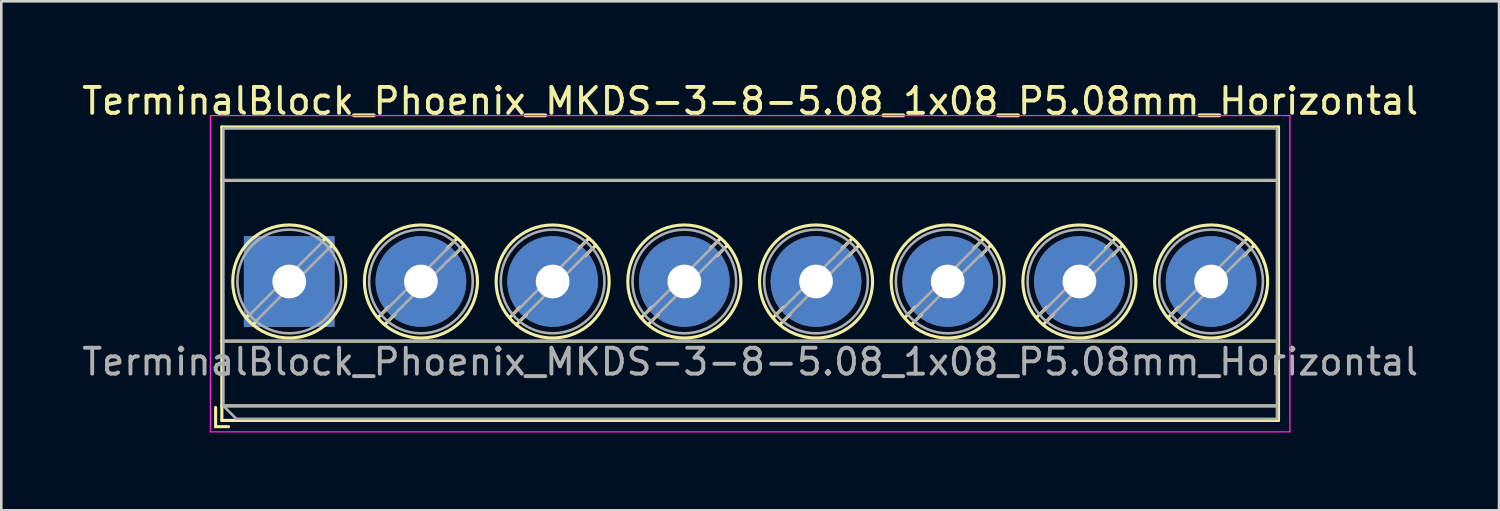
<source format=kicad_pcb>
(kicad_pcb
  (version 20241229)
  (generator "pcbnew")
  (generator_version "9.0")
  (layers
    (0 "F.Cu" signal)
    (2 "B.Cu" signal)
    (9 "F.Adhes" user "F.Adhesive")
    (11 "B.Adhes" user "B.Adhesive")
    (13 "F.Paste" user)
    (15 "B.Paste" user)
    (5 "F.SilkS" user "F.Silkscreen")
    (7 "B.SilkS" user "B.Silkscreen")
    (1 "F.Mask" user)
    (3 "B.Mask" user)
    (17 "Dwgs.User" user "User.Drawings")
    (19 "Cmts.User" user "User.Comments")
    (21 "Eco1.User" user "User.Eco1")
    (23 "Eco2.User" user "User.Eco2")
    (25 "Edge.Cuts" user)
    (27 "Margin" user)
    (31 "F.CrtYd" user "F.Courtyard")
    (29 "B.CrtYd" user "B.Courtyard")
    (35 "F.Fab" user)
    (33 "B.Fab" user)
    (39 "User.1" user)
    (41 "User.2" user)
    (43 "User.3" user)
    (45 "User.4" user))
  (footprint "TerminalBlock_Phoenix_MKDS-3-8-5.08_1x08_P5.08mm_Horizontal"
    (layer "F.Cu")
    (at 8.107 7.808)
    (property "Reference" "TerminalBlock_Phoenix_MKDS-3-8-5.08_1x08_P5.08mm_Horizontal" (at 17.78 -6.96 0) (layer "F.SilkS") (effects (font (size 1 1) (thickness 0.15))))
    (attr through_hole)
    (fp_line (start -2.84 4.86) (end -2.84 5.6) (stroke (width 0.12) (type solid)) (layer "F.SilkS"))
    (fp_line (start -2.84 5.6) (end -2.34 5.6) (stroke (width 0.12) (type solid)) (layer "F.SilkS"))
    (fp_line (start -2.6 -5.96) (end -2.6 5.36) (stroke (width 0.12) (type solid)) (layer "F.SilkS"))
    (fp_line (start -2.6 -5.96) (end 38.16 -5.96) (stroke (width 0.12) (type solid)) (layer "F.SilkS"))
    (fp_line (start -2.6 -3.9) (end 38.16 -3.9) (stroke (width 0.12) (type solid)) (layer "F.SilkS"))
    (fp_line (start -2.6 2.3) (end 38.16 2.3) (stroke (width 0.12) (type solid)) (layer "F.SilkS"))
    (fp_line (start -2.6 4.8) (end 38.16 4.8) (stroke (width 0.12) (type solid)) (layer "F.SilkS"))
    (fp_line (start -2.6 5.36) (end 38.16 5.36) (stroke (width 0.12) (type solid)) (layer "F.SilkS"))
    (fp_line (start -1.548 1.281) (end -1.654 1.388) (stroke (width 0.12) (type solid)) (layer "F.SilkS"))
    (fp_line (start -1.282 1.547) (end -1.388 1.654) (stroke (width 0.12) (type solid)) (layer "F.SilkS"))
    (fp_line (start 1.388 -1.654) (end 1.281 -1.547) (stroke (width 0.12) (type solid)) (layer "F.SilkS"))
    (fp_line (start 1.654 -1.388) (end 1.547 -1.281) (stroke (width 0.12) (type solid)) (layer "F.SilkS"))
    (fp_line (start 3.822 0.992) (end 3.427 1.388) (stroke (width 0.12) (type solid)) (layer "F.SilkS"))
    (fp_line (start 4.073 1.274) (end 3.693 1.654) (stroke (width 0.12) (type solid)) (layer "F.SilkS"))
    (fp_line (start 6.468 -1.654) (end 6.088 -1.274) (stroke (width 0.12) (type solid)) (layer "F.SilkS"))
    (fp_line (start 6.734 -1.388) (end 6.339 -0.992) (stroke (width 0.12) (type solid)) (layer "F.SilkS"))
    (fp_line (start 8.902 0.992) (end 8.507 1.388) (stroke (width 0.12) (type solid)) (layer "F.SilkS"))
    (fp_line (start 9.153 1.274) (end 8.773 1.654) (stroke (width 0.12) (type solid)) (layer "F.SilkS"))
    (fp_line (start 11.548 -1.654) (end 11.168 -1.274) (stroke (width 0.12) (type solid)) (layer "F.SilkS"))
    (fp_line (start 11.814 -1.388) (end 11.419 -0.992) (stroke (width 0.12) (type solid)) (layer "F.SilkS"))
    (fp_line (start 13.982 0.992) (end 13.587 1.388) (stroke (width 0.12) (type solid)) (layer "F.SilkS"))
    (fp_line (start 14.233 1.274) (end 13.853 1.654) (stroke (width 0.12) (type solid)) (layer "F.SilkS"))
    (fp_line (start 16.628 -1.654) (end 16.248 -1.274) (stroke (width 0.12) (type solid)) (layer "F.SilkS"))
    (fp_line (start 16.894 -1.388) (end 16.499 -0.992) (stroke (width 0.12) (type solid)) (layer "F.SilkS"))
    (fp_line (start 19.062 0.992) (end 18.667 1.388) (stroke (width 0.12) (type solid)) (layer "F.SilkS"))
    (fp_line (start 19.313 1.274) (end 18.933 1.654) (stroke (width 0.12) (type solid)) (layer "F.SilkS"))
    (fp_line (start 21.708 -1.654) (end 21.328 -1.274) (stroke (width 0.12) (type solid)) (layer "F.SilkS"))
    (fp_line (start 21.974 -1.388) (end 21.579 -0.992) (stroke (width 0.12) (type solid)) (layer "F.SilkS"))
    (fp_line (start 24.142 0.992) (end 23.747 1.388) (stroke (width 0.12) (type solid)) (layer "F.SilkS"))
    (fp_line (start 24.393 1.274) (end 24.013 1.654) (stroke (width 0.12) (type solid)) (layer "F.SilkS"))
    (fp_line (start 26.788 -1.654) (end 26.408 -1.274) (stroke (width 0.12) (type solid)) (layer "F.SilkS"))
    (fp_line (start 27.054 -1.388) (end 26.659 -0.992) (stroke (width 0.12) (type solid)) (layer "F.SilkS"))
    (fp_line (start 29.222 0.992) (end 28.827 1.388) (stroke (width 0.12) (type solid)) (layer "F.SilkS"))
    (fp_line (start 29.473 1.274) (end 29.093 1.654) (stroke (width 0.12) (type solid)) (layer "F.SilkS"))
    (fp_line (start 31.868 -1.654) (end 31.488 -1.274) (stroke (width 0.12) (type solid)) (layer "F.SilkS"))
    (fp_line (start 32.134 -1.388) (end 31.739 -0.992) (stroke (width 0.12) (type solid)) (layer "F.SilkS"))
    (fp_line (start 34.302 0.992) (end 33.907 1.388) (stroke (width 0.12) (type solid)) (layer "F.SilkS"))
    (fp_line (start 34.553 1.274) (end 34.173 1.654) (stroke (width 0.12) (type solid)) (layer "F.SilkS"))
    (fp_line (start 36.948 -1.654) (end 36.568 -1.274) (stroke (width 0.12) (type solid)) (layer "F.SilkS"))
    (fp_line (start 37.214 -1.388) (end 36.819 -0.992) (stroke (width 0.12) (type solid)) (layer "F.SilkS"))
    (fp_line (start 38.16 -5.96) (end 38.16 5.36) (stroke (width 0.12) (type solid)) (layer "F.SilkS"))
    (fp_circle (center 0 0) (end 2.18 0) (stroke (width 0.12) (type solid)) (fill no) (layer "F.SilkS"))
    (fp_circle (center 5.08 0) (end 7.26 0) (stroke (width 0.12) (type solid)) (fill no) (layer "F.SilkS"))
    (fp_circle (center 10.16 0) (end 12.34 0) (stroke (width 0.12) (type solid)) (fill no) (layer "F.SilkS"))
    (fp_circle (center 15.24 0) (end 17.42 0) (stroke (width 0.12) (type solid)) (fill no) (layer "F.SilkS"))
    (fp_circle (center 20.32 0) (end 22.5 0) (stroke (width 0.12) (type solid)) (fill no) (layer "F.SilkS"))
    (fp_circle (center 25.4 0) (end 27.58 0) (stroke (width 0.12) (type solid)) (fill no) (layer "F.SilkS"))
    (fp_circle (center 30.48 0) (end 32.66 0) (stroke (width 0.12) (type solid)) (fill no) (layer "F.SilkS"))
    (fp_circle (center 35.56 0) (end 37.74 0) (stroke (width 0.12) (type solid)) (fill no) (layer "F.SilkS"))
    (fp_line (start -3.04 -6.4) (end -3.04 5.8) (stroke (width 0.05) (type solid)) (layer "F.CrtYd"))
    (fp_line (start -3.04 5.8) (end 38.6 5.8) (stroke (width 0.05) (type solid)) (layer "F.CrtYd"))
    (fp_line (start 38.6 -6.4) (end -3.04 -6.4) (stroke (width 0.05) (type solid)) (layer "F.CrtYd"))
    (fp_line (start 38.6 5.8) (end 38.6 -6.4) (stroke (width 0.05) (type solid)) (layer "F.CrtYd"))
    (fp_line (start -2.54 -5.9) (end 38.1 -5.9) (stroke (width 0.1) (type solid)) (layer "F.Fab"))
    (fp_line (start -2.54 -3.9) (end 38.1 -3.9) (stroke (width 0.1) (type solid)) (layer "F.Fab"))
    (fp_line (start -2.54 2.3) (end 38.1 2.3) (stroke (width 0.1) (type solid)) (layer "F.Fab"))
    (fp_line (start -2.54 4.8) (end -2.54 -5.9) (stroke (width 0.1) (type solid)) (layer "F.Fab"))
    (fp_line (start -2.54 4.8) (end 38.1 4.8) (stroke (width 0.1) (type solid)) (layer "F.Fab"))
    (fp_line (start -2.04 5.3) (end -2.54 4.8) (stroke (width 0.1) (type solid)) (layer "F.Fab"))
    (fp_line (start 1.273 -1.517) (end -1.517 1.273) (stroke (width 0.1) (type solid)) (layer "F.Fab"))
    (fp_line (start 1.517 -1.273) (end -1.273 1.517) (stroke (width 0.1) (type solid)) (layer "F.Fab"))
    (fp_line (start 6.353 -1.517) (end 3.564 1.273) (stroke (width 0.1) (type solid)) (layer "F.Fab"))
    (fp_line (start 6.597 -1.273) (end 3.808 1.517) (stroke (width 0.1) (type solid)) (layer "F.Fab"))
    (fp_line (start 11.433 -1.517) (end 8.644 1.273) (stroke (width 0.1) (type solid)) (layer "F.Fab"))
    (fp_line (start 11.677 -1.273) (end 8.888 1.517) (stroke (width 0.1) (type solid)) (layer "F.Fab"))
    (fp_line (start 16.513 -1.517) (end 13.724 1.273) (stroke (width 0.1) (type solid)) (layer "F.Fab"))
    (fp_line (start 16.757 -1.273) (end 13.968 1.517) (stroke (width 0.1) (type solid)) (layer "F.Fab"))
    (fp_line (start 21.593 -1.517) (end 18.804 1.273) (stroke (width 0.1) (type solid)) (layer "F.Fab"))
    (fp_line (start 21.837 -1.273) (end 19.048 1.517) (stroke (width 0.1) (type solid)) (layer "F.Fab"))
    (fp_line (start 26.673 -1.517) (end 23.884 1.273) (stroke (width 0.1) (type solid)) (layer "F.Fab"))
    (fp_line (start 26.917 -1.273) (end 24.128 1.517) (stroke (width 0.1) (type solid)) (layer "F.Fab"))
    (fp_line (start 31.753 -1.517) (end 28.964 1.273) (stroke (width 0.1) (type solid)) (layer "F.Fab"))
    (fp_line (start 31.997 -1.273) (end 29.208 1.517) (stroke (width 0.1) (type solid)) (layer "F.Fab"))
    (fp_line (start 36.833 -1.517) (end 34.044 1.273) (stroke (width 0.1) (type solid)) (layer "F.Fab"))
    (fp_line (start 37.077 -1.273) (end 34.288 1.517) (stroke (width 0.1) (type solid)) (layer "F.Fab"))
    (fp_line (start 38.1 -5.9) (end 38.1 5.3) (stroke (width 0.1) (type solid)) (layer "F.Fab"))
    (fp_line (start 38.1 5.3) (end -2.04 5.3) (stroke (width 0.1) (type solid)) (layer "F.Fab"))
    (fp_circle (center 0 0) (end 2 0) (stroke (width 0.1) (type solid)) (fill no) (layer "F.Fab"))
    (fp_circle (center 5.08 0) (end 7.08 0) (stroke (width 0.1) (type solid)) (fill no) (layer "F.Fab"))
    (fp_circle (center 10.16 0) (end 12.16 0) (stroke (width 0.1) (type solid)) (fill no) (layer "F.Fab"))
    (fp_circle (center 15.24 0) (end 17.24 0) (stroke (width 0.1) (type solid)) (fill no) (layer "F.Fab"))
    (fp_circle (center 20.32 0) (end 22.32 0) (stroke (width 0.1) (type solid)) (fill no) (layer "F.Fab"))
    (fp_circle (center 25.4 0) (end 27.4 0) (stroke (width 0.1) (type solid)) (fill no) (layer "F.Fab"))
    (fp_circle (center 30.48 0) (end 32.48 0) (stroke (width 0.1) (type solid)) (fill no) (layer "F.Fab"))
    (fp_circle (center 35.56 0) (end 37.56 0) (stroke (width 0.1) (type solid)) (fill no) (layer "F.Fab"))
    (fp_text user "${REFERENCE}" (at 17.78 3.1 0) (layer "F.Fab") (effects (font (size 1 1) (thickness 0.15))))
    (pad "1" thru_hole rect (at 0 0) (size 3.5 3.5) (drill 1.3) (layers "*.Cu" "*.Mask"))
    (pad "2" thru_hole circle (at 5.08 0) (size 3.5 3.5) (drill 1.3) (layers "*.Cu" "*.Mask"))
    (pad "3" thru_hole circle (at 10.16 0) (size 3.5 3.5) (drill 1.3) (layers "*.Cu" "*.Mask"))
    (pad "4" thru_hole circle (at 15.24 0) (size 3.5 3.5) (drill 1.3) (layers "*.Cu" "*.Mask"))
    (pad "5" thru_hole circle (at 20.32 0) (size 3.5 3.5) (drill 1.3) (layers "*.Cu" "*.Mask"))
    (pad "6" thru_hole circle (at 25.4 0) (size 3.5 3.5) (drill 1.3) (layers "*.Cu" "*.Mask"))
    (pad "7" thru_hole circle (at 30.48 0) (size 3.5 3.5) (drill 1.3) (layers "*.Cu" "*.Mask"))
    (pad "8" thru_hole circle (at 35.56 0) (size 3.5 3.5) (drill 1.3) (layers "*.Cu" "*.Mask")))
  (gr_rect
    (start -3 -3)
    (end 54.774 16.633)
    (stroke (width 0.1) (type default))
    (fill no)
    (layer "Edge.Cuts")))
</source>
